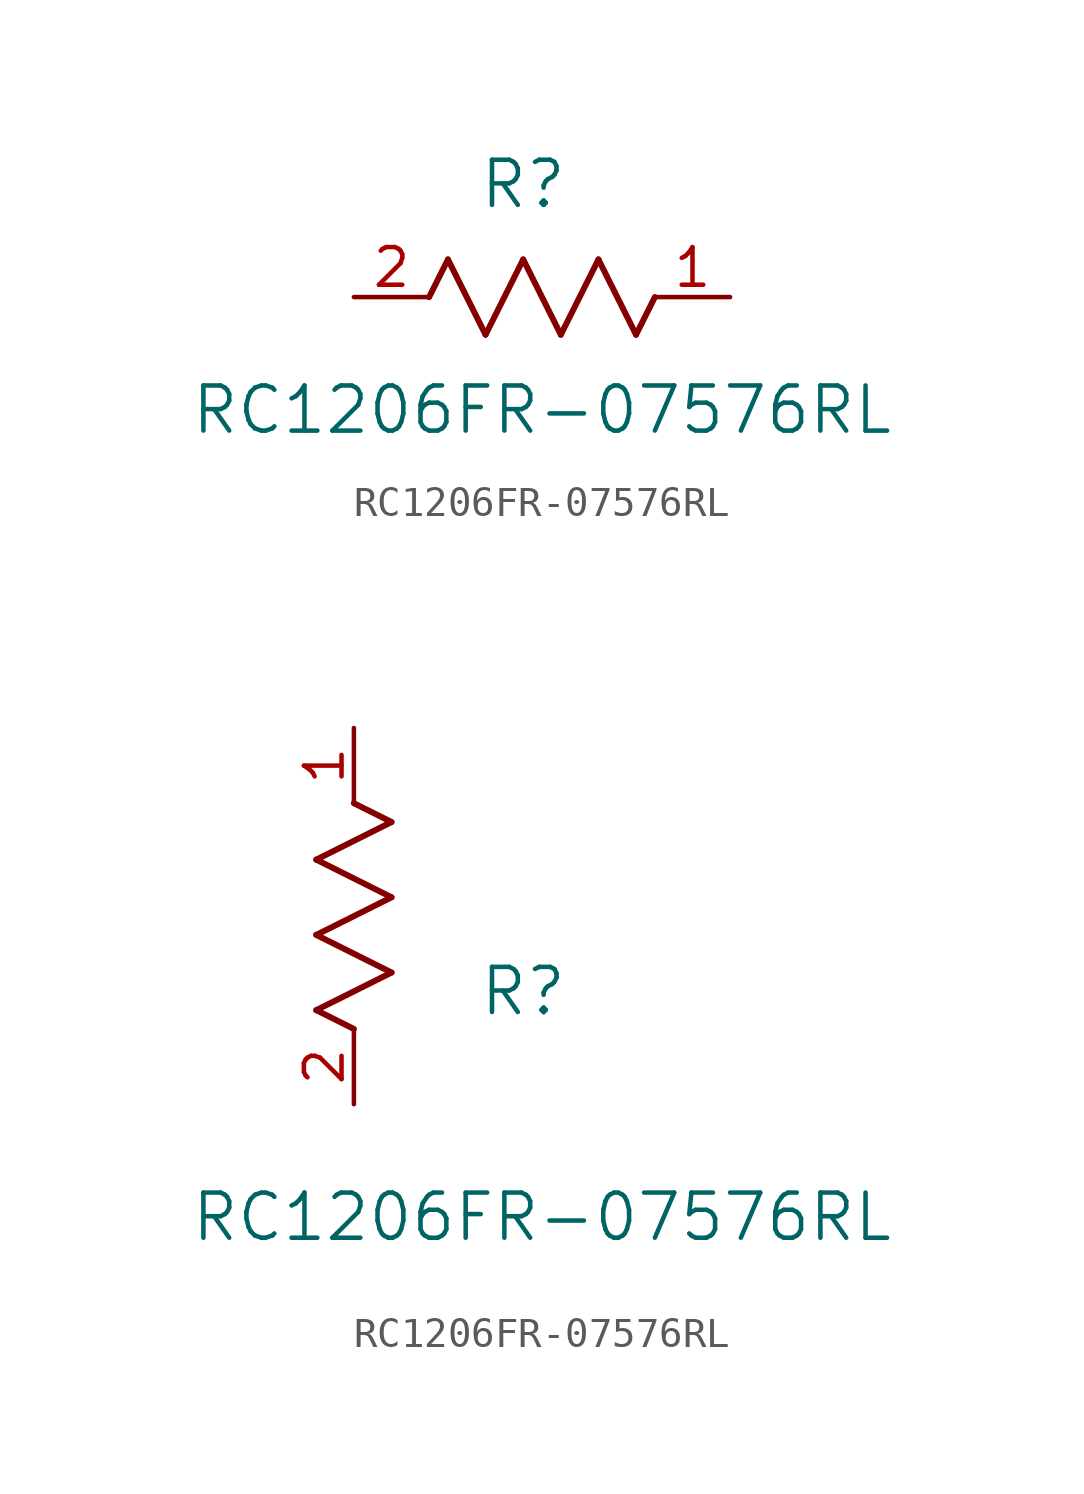
<source format=kicad_sym>
(kicad_symbol_lib
  (version 20211014)
  (generator kicad_symbol_editor)
  (symbol "RC1206FR-07576RL"
    (pin_names
      (offset 0.254))
    (property "Reference" "R"
      (at 5.715 3.81 0)
      (effects (font (size 1.524 1.524))))
    (property "Value" "RC1206FR-07576RL"
      (at 6.35 -3.81 0)
      (effects (font (size 1.524 1.524))))
    (symbol "RC1206FR-07576RL_1_1"
      (polyline (pts (xy 3.175 1.27) (xy 4.445 -1.27)) (stroke (width 0.203) (type default) (color 0 0 0 0)) (fill (type none)))
      (polyline (pts (xy 4.445 -1.27) (xy 5.715 1.27)) (stroke (width 0.203) (type default) (color 0 0 0 0)) (fill (type none)))
      (polyline (pts (xy 5.715 1.27) (xy 6.985 -1.27)) (stroke (width 0.203) (type default) (color 0 0 0 0)) (fill (type none)))
      (polyline (pts (xy 6.985 -1.27) (xy 8.255 1.27)) (stroke (width 0.203) (type default) (color 0 0 0 0)) (fill (type none)))
      (polyline (pts (xy 8.255 1.27) (xy 9.525 -1.27)) (stroke (width 0.203) (type default) (color 0 0 0 0)) (fill (type none)))
      (polyline (pts (xy 2.54 0) (xy 3.175 1.27)) (stroke (width 0.203) (type default) (color 0 0 0 0)) (fill (type none)))
      (polyline (pts (xy 9.525 -1.27) (xy 10.16 0)) (stroke (width 0.203) (type default) (color 0 0 0 0)) (fill (type none)))
      (pin unspecified line (at 12.7 0 180) (length 2.54) (name "" (effects (font (size 1.27 1.27)))) (number "1" (effects (font (size 1.27 1.27)))))
      (pin unspecified line (at 0 0 0) (length 2.54) (name "" (effects (font (size 1.27 1.27)))) (number "2" (effects (font (size 1.27 1.27))))))
    (symbol "RC1206FR-07576RL_1_2"
      (polyline (pts (xy 0 2.54) (xy -1.27 3.175)) (stroke (width 0.203) (type default) (color 0 0 0 0)) (fill (type none)))
      (polyline (pts (xy -1.27 3.175) (xy 1.27 4.445)) (stroke (width 0.203) (type default) (color 0 0 0 0)) (fill (type none)))
      (polyline (pts (xy 1.27 4.445) (xy -1.27 5.715)) (stroke (width 0.203) (type default) (color 0 0 0 0)) (fill (type none)))
      (polyline (pts (xy -1.27 5.715) (xy 1.27 6.985)) (stroke (width 0.203) (type default) (color 0 0 0 0)) (fill (type none)))
      (polyline (pts (xy -1.27 8.255) (xy 1.27 9.525)) (stroke (width 0.203) (type default) (color 0 0 0 0)) (fill (type none)))
      (polyline (pts (xy 1.27 9.525) (xy 0 10.16)) (stroke (width 0.203) (type default) (color 0 0 0 0)) (fill (type none)))
      (polyline (pts (xy 1.27 6.985) (xy -1.27 8.255)) (stroke (width 0.203) (type default) (color 0 0 0 0)) (fill (type none)))
      (pin unspecified line (at 0 12.7 270) (length 2.54) (name "" (effects (font (size 1.27 1.27)))) (number "1" (effects (font (size 1.27 1.27)))))
      (pin unspecified line (at 0 0 90) (length 2.54) (name "" (effects (font (size 1.27 1.27)))) (number "2" (effects (font (size 1.27 1.27))))))))
</source>
